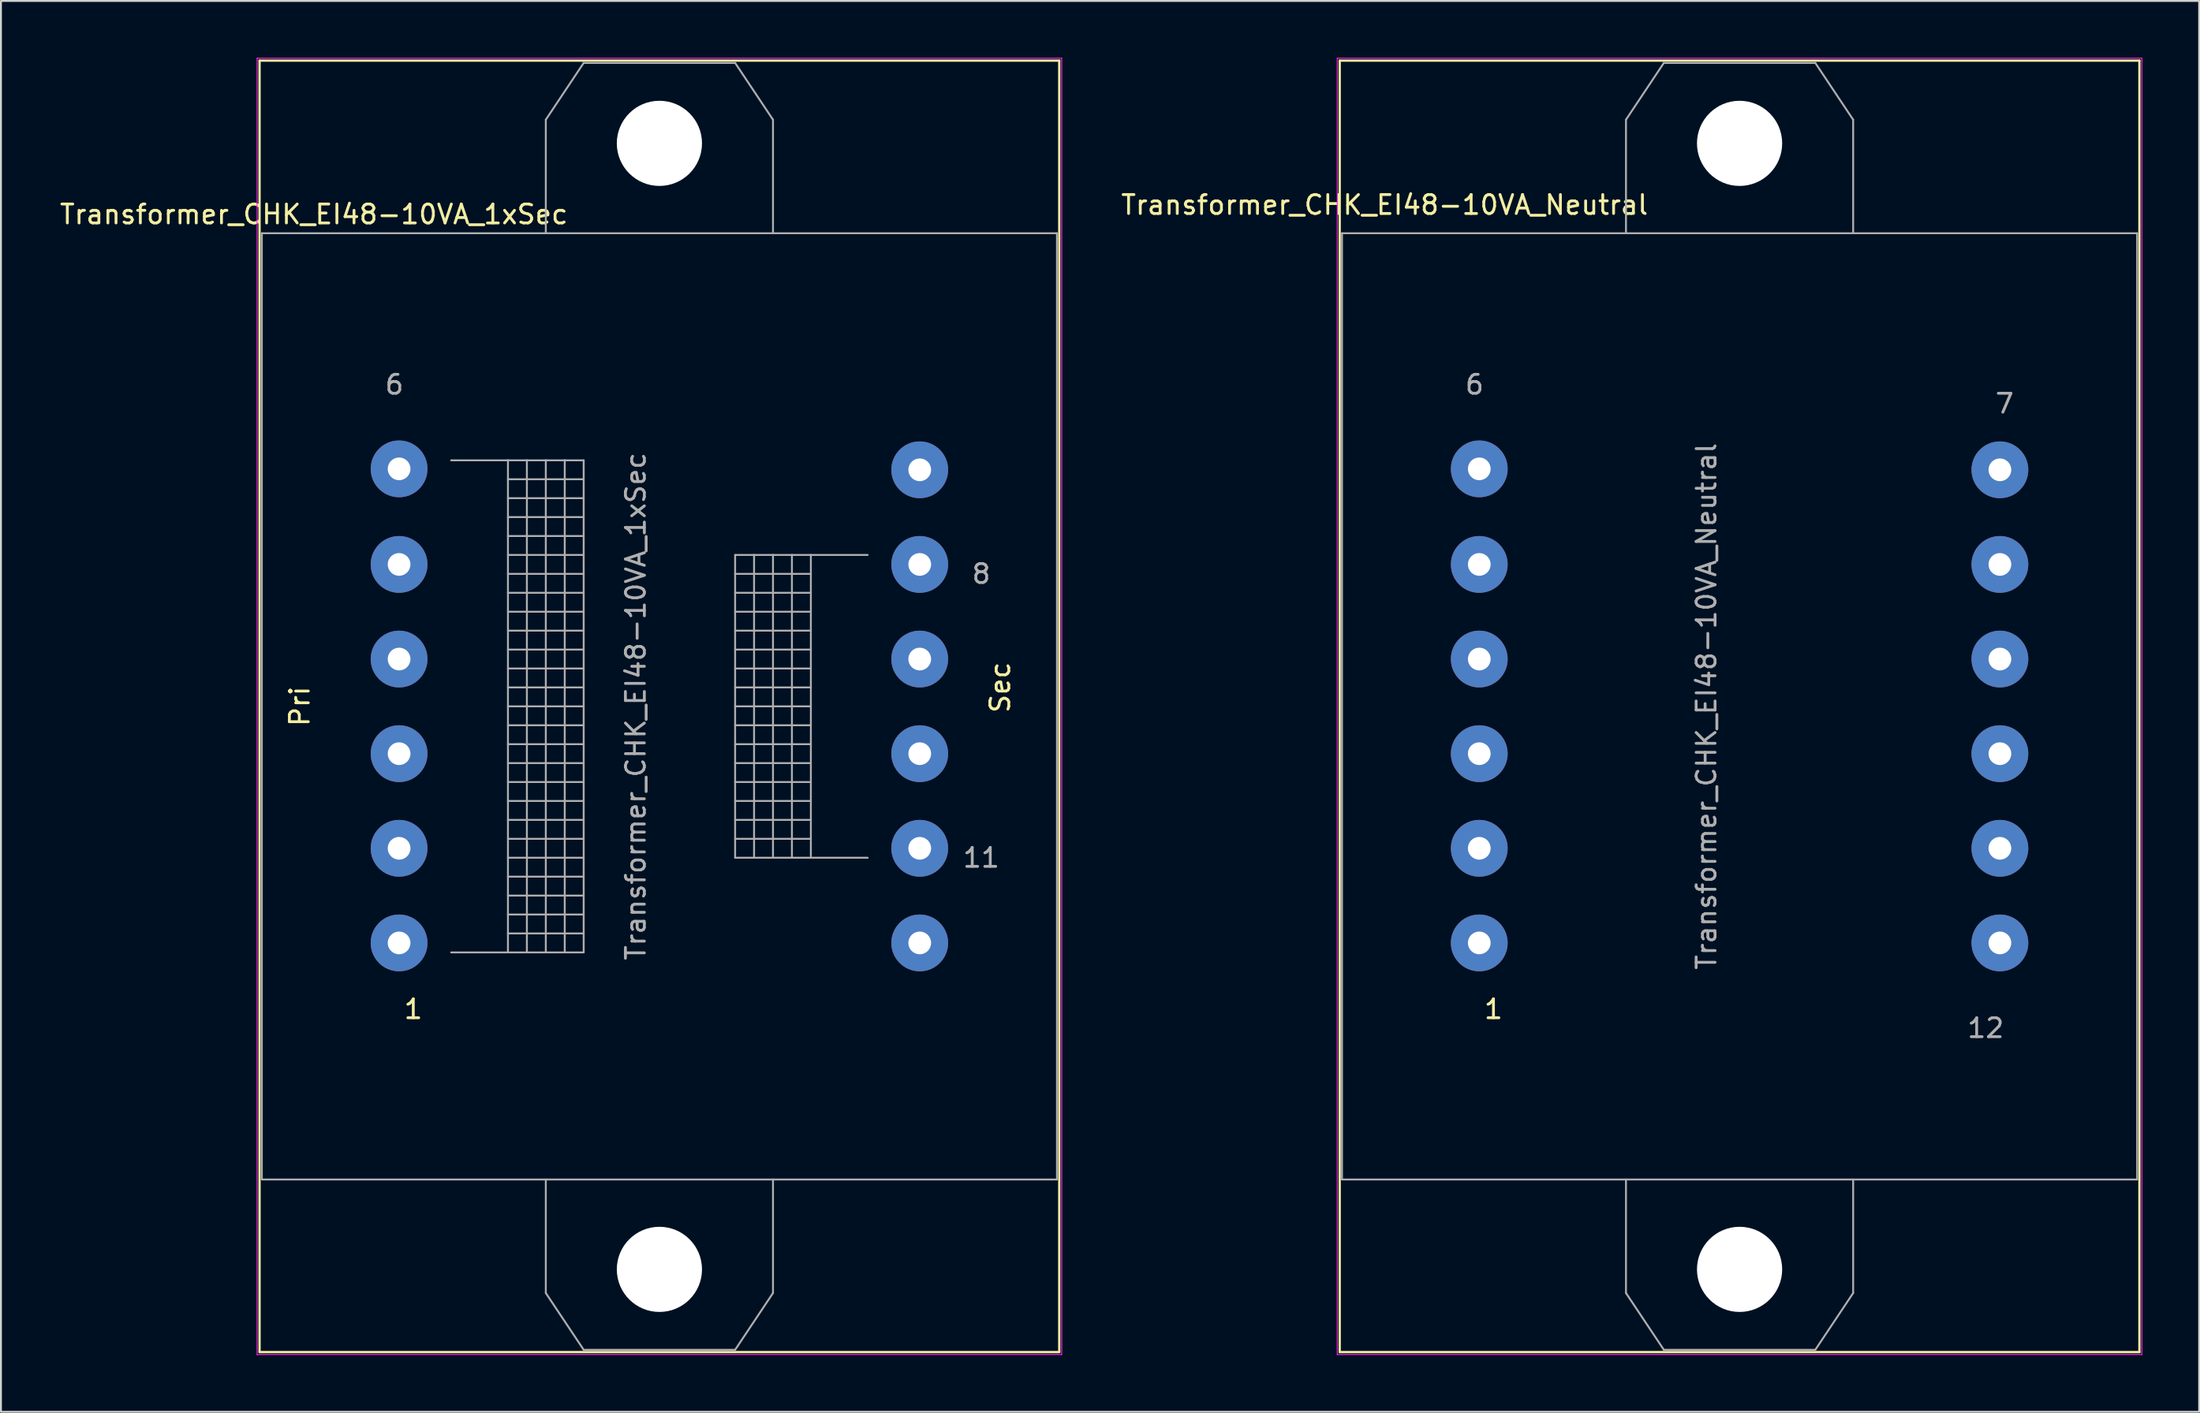
<source format=kicad_pcb>
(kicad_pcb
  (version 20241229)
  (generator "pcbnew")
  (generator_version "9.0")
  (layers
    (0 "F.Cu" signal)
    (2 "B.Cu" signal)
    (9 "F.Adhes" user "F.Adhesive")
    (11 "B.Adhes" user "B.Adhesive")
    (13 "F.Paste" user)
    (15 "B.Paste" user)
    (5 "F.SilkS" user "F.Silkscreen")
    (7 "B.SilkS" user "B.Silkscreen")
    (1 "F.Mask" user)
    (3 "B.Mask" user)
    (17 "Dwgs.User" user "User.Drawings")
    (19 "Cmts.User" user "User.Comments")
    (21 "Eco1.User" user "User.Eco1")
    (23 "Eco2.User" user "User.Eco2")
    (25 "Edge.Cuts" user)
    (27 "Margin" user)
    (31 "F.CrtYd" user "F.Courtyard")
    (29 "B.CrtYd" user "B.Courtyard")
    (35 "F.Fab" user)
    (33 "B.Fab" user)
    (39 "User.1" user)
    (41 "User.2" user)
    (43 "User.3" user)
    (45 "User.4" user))
  (footprint "Transformer_CHK_EI48-10VA_1xSec"
    (layer "F.Cu")
    (at 18.03 46.775)
    (property "Reference" "Transformer_CHK_EI48-10VA_1xSec" (at -4.5 -38.5 0) (layer "F.SilkS") (effects (font (size 1 1) (thickness 0.15))))
    (attr through_hole)
    (fp_line (start -7.37 -46.62) (end -7.37 21.62) (stroke (width 0.12) (type solid)) (layer "F.SilkS"))
    (fp_line (start -7.37 -46.62) (end 34.87 -46.62) (stroke (width 0.12) (type solid)) (layer "F.SilkS"))
    (fp_line (start 34.87 21.62) (end -7.37 21.62) (stroke (width 0.12) (type solid)) (layer "F.SilkS"))
    (fp_line (start 34.87 21.62) (end 34.87 -46.62) (stroke (width 0.12) (type solid)) (layer "F.SilkS"))
    (fp_line (start -7.5 -46.75) (end -7.5 21.75) (stroke (width 0.05) (type solid)) (layer "F.CrtYd"))
    (fp_line (start -7.5 -46.75) (end 35 -46.75) (stroke (width 0.05) (type solid)) (layer "F.CrtYd"))
    (fp_line (start 35 21.75) (end -7.5 21.75) (stroke (width 0.05) (type solid)) (layer "F.CrtYd"))
    (fp_line (start 35 21.75) (end 35 -46.75) (stroke (width 0.05) (type solid)) (layer "F.CrtYd"))
    (fp_line (start -7.25 -37.5) (end -7.25 12.5) (stroke (width 0.1) (type solid)) (layer "F.Fab"))
    (fp_line (start -7.25 12.5) (end 34.75 12.5) (stroke (width 0.1) (type solid)) (layer "F.Fab"))
    (fp_line (start 2.75 0.5) (end 5.75 0.5) (stroke (width 0.1) (type solid)) (layer "F.Fab"))
    (fp_line (start 5.75 -25.5) (end 2.75 -25.5) (stroke (width 0.1) (type solid)) (layer "F.Fab"))
    (fp_line (start 5.75 -25.5) (end 6.75 -25.5) (stroke (width 0.1) (type solid)) (layer "F.Fab"))
    (fp_line (start 5.75 -24.5) (end 9.75 -24.5) (stroke (width 0.1) (type solid)) (layer "F.Fab"))
    (fp_line (start 5.75 -23.5) (end 9.75 -23.5) (stroke (width 0.1) (type solid)) (layer "F.Fab"))
    (fp_line (start 5.75 -22.5) (end 9.75 -22.5) (stroke (width 0.1) (type solid)) (layer "F.Fab"))
    (fp_line (start 5.75 -21.5) (end 9.75 -21.5) (stroke (width 0.1) (type solid)) (layer "F.Fab"))
    (fp_line (start 5.75 -20.5) (end 9.75 -20.5) (stroke (width 0.1) (type solid)) (layer "F.Fab"))
    (fp_line (start 5.75 -19.5) (end 9.75 -19.5) (stroke (width 0.1) (type solid)) (layer "F.Fab"))
    (fp_line (start 5.75 -18.5) (end 9.75 -18.5) (stroke (width 0.1) (type solid)) (layer "F.Fab"))
    (fp_line (start 5.75 -17.5) (end 9.75 -17.5) (stroke (width 0.1) (type solid)) (layer "F.Fab"))
    (fp_line (start 5.75 -16.5) (end 9.75 -16.5) (stroke (width 0.1) (type solid)) (layer "F.Fab"))
    (fp_line (start 5.75 -15.5) (end 9.75 -15.5) (stroke (width 0.1) (type solid)) (layer "F.Fab"))
    (fp_line (start 5.75 -14.5) (end 9.75 -14.5) (stroke (width 0.1) (type solid)) (layer "F.Fab"))
    (fp_line (start 5.75 -13.5) (end 9.75 -13.5) (stroke (width 0.1) (type solid)) (layer "F.Fab"))
    (fp_line (start 5.75 -12.5) (end 9.75 -12.5) (stroke (width 0.1) (type solid)) (layer "F.Fab"))
    (fp_line (start 5.75 -11.5) (end 9.75 -11.5) (stroke (width 0.1) (type solid)) (layer "F.Fab"))
    (fp_line (start 5.75 -10.5) (end 9.75 -10.5) (stroke (width 0.1) (type solid)) (layer "F.Fab"))
    (fp_line (start 5.75 -9.5) (end 9.75 -9.5) (stroke (width 0.1) (type solid)) (layer "F.Fab"))
    (fp_line (start 5.75 -8.5) (end 9.75 -8.5) (stroke (width 0.1) (type solid)) (layer "F.Fab"))
    (fp_line (start 5.75 -7.5) (end 9.75 -7.5) (stroke (width 0.1) (type solid)) (layer "F.Fab"))
    (fp_line (start 5.75 -5.5) (end 9.75 -5.5) (stroke (width 0.1) (type solid)) (layer "F.Fab"))
    (fp_line (start 5.75 -4.5) (end 9.75 -4.5) (stroke (width 0.1) (type solid)) (layer "F.Fab"))
    (fp_line (start 5.75 -3.5) (end 9.75 -3.5) (stroke (width 0.1) (type solid)) (layer "F.Fab"))
    (fp_line (start 5.75 -2.5) (end 9.75 -2.5) (stroke (width 0.1) (type solid)) (layer "F.Fab"))
    (fp_line (start 5.75 -0.5) (end 9.75 -0.5) (stroke (width 0.1) (type solid)) (layer "F.Fab"))
    (fp_line (start 5.75 0.5) (end 5.75 -25.5) (stroke (width 0.1) (type solid)) (layer "F.Fab"))
    (fp_line (start 6.75 -25.5) (end 6.75 0.5) (stroke (width 0.1) (type solid)) (layer "F.Fab"))
    (fp_line (start 6.75 -25.5) (end 7.75 -25.5) (stroke (width 0.1) (type solid)) (layer "F.Fab"))
    (fp_line (start 6.75 -6.5) (end 5.75 -6.5) (stroke (width 0.1) (type solid)) (layer "F.Fab"))
    (fp_line (start 6.75 -6.5) (end 9.75 -6.5) (stroke (width 0.1) (type solid)) (layer "F.Fab"))
    (fp_line (start 6.75 -1.5) (end 5.75 -1.5) (stroke (width 0.1) (type solid)) (layer "F.Fab"))
    (fp_line (start 6.75 -1.5) (end 9.75 -1.5) (stroke (width 0.1) (type solid)) (layer "F.Fab"))
    (fp_line (start 6.75 0.5) (end 5.75 0.5) (stroke (width 0.1) (type solid)) (layer "F.Fab"))
    (fp_line (start 7.75 -43.5) (end 7.75 -37.5) (stroke (width 0.1) (type solid)) (layer "F.Fab"))
    (fp_line (start 7.75 -25.5) (end 7.75 0.5) (stroke (width 0.1) (type solid)) (layer "F.Fab"))
    (fp_line (start 7.75 -25.5) (end 8.75 -25.5) (stroke (width 0.1) (type solid)) (layer "F.Fab"))
    (fp_line (start 7.75 0.5) (end 6.75 0.5) (stroke (width 0.1) (type solid)) (layer "F.Fab"))
    (fp_line (start 7.75 18.5) (end 7.75 12.5) (stroke (width 0.1) (type solid)) (layer "F.Fab"))
    (fp_line (start 8.75 -25.5) (end 8.75 0.5) (stroke (width 0.1) (type solid)) (layer "F.Fab"))
    (fp_line (start 8.75 -25.5) (end 9.75 -25.5) (stroke (width 0.1) (type solid)) (layer "F.Fab"))
    (fp_line (start 8.75 0.5) (end 7.75 0.5) (stroke (width 0.1) (type solid)) (layer "F.Fab"))
    (fp_line (start 9.75 -46.5) (end 7.75 -43.5) (stroke (width 0.1) (type solid)) (layer "F.Fab"))
    (fp_line (start 9.75 -25.5) (end 9.75 0.5) (stroke (width 0.1) (type solid)) (layer "F.Fab"))
    (fp_line (start 9.75 0.5) (end 8.75 0.5) (stroke (width 0.1) (type solid)) (layer "F.Fab"))
    (fp_line (start 9.75 21.5) (end 7.75 18.5) (stroke (width 0.1) (type solid)) (layer "F.Fab"))
    (fp_line (start 17.75 -46.5) (end 9.75 -46.5) (stroke (width 0.1) (type solid)) (layer "F.Fab"))
    (fp_line (start 17.75 -20.5) (end 17.75 -4.5) (stroke (width 0.1) (type solid)) (layer "F.Fab"))
    (fp_line (start 17.75 -19.5) (end 21.75 -19.5) (stroke (width 0.1) (type solid)) (layer "F.Fab"))
    (fp_line (start 17.75 -18.5) (end 21.75 -18.5) (stroke (width 0.1) (type solid)) (layer "F.Fab"))
    (fp_line (start 17.75 -17.5) (end 21.75 -17.5) (stroke (width 0.1) (type solid)) (layer "F.Fab"))
    (fp_line (start 17.75 -16.5) (end 21.75 -16.5) (stroke (width 0.1) (type solid)) (layer "F.Fab"))
    (fp_line (start 17.75 -15.5) (end 21.75 -15.5) (stroke (width 0.1) (type solid)) (layer "F.Fab"))
    (fp_line (start 17.75 -13.5) (end 21.75 -13.5) (stroke (width 0.1) (type solid)) (layer "F.Fab"))
    (fp_line (start 17.75 -12.5) (end 21.75 -12.5) (stroke (width 0.1) (type solid)) (layer "F.Fab"))
    (fp_line (start 17.75 -11.5) (end 21.75 -11.5) (stroke (width 0.1) (type solid)) (layer "F.Fab"))
    (fp_line (start 17.75 -10.5) (end 21.75 -10.5) (stroke (width 0.1) (type solid)) (layer "F.Fab"))
    (fp_line (start 17.75 -9.5) (end 21.75 -9.5) (stroke (width 0.1) (type solid)) (layer "F.Fab"))
    (fp_line (start 17.75 -8.5) (end 21.75 -8.5) (stroke (width 0.1) (type solid)) (layer "F.Fab"))
    (fp_line (start 17.75 -7.5) (end 21.75 -7.5) (stroke (width 0.1) (type solid)) (layer "F.Fab"))
    (fp_line (start 17.75 -6.5) (end 21.75 -6.5) (stroke (width 0.1) (type solid)) (layer "F.Fab"))
    (fp_line (start 17.75 -5.5) (end 21.75 -5.5) (stroke (width 0.1) (type solid)) (layer "F.Fab"))
    (fp_line (start 17.75 -4.5) (end 18.75 -4.5) (stroke (width 0.1) (type solid)) (layer "F.Fab"))
    (fp_line (start 17.75 21.5) (end 9.75 21.5) (stroke (width 0.1) (type solid)) (layer "F.Fab"))
    (fp_line (start 18.75 -20.5) (end 17.75 -20.5) (stroke (width 0.1) (type solid)) (layer "F.Fab"))
    (fp_line (start 18.75 -20.5) (end 18.75 -4.5) (stroke (width 0.1) (type solid)) (layer "F.Fab"))
    (fp_line (start 18.75 -14.5) (end 17.75 -14.5) (stroke (width 0.1) (type solid)) (layer "F.Fab"))
    (fp_line (start 18.75 -14.5) (end 21.75 -14.5) (stroke (width 0.1) (type solid)) (layer "F.Fab"))
    (fp_line (start 18.75 -4.5) (end 19.75 -4.5) (stroke (width 0.1) (type solid)) (layer "F.Fab"))
    (fp_line (start 19.75 -43.5) (end 17.75 -46.5) (stroke (width 0.1) (type solid)) (layer "F.Fab"))
    (fp_line (start 19.75 -37.5) (end 19.75 -43.5) (stroke (width 0.1) (type solid)) (layer "F.Fab"))
    (fp_line (start 19.75 -20.5) (end 18.75 -20.5) (stroke (width 0.1) (type solid)) (layer "F.Fab"))
    (fp_line (start 19.75 -20.5) (end 19.75 -4.5) (stroke (width 0.1) (type solid)) (layer "F.Fab"))
    (fp_line (start 19.75 12.5) (end 19.75 18.5) (stroke (width 0.1) (type solid)) (layer "F.Fab"))
    (fp_line (start 19.75 18.5) (end 17.75 21.5) (stroke (width 0.1) (type solid)) (layer "F.Fab"))
    (fp_line (start 20.75 -20.5) (end 19.75 -20.5) (stroke (width 0.1) (type solid)) (layer "F.Fab"))
    (fp_line (start 20.75 -20.5) (end 20.75 -4.5) (stroke (width 0.1) (type solid)) (layer "F.Fab"))
    (fp_line (start 20.75 -4.5) (end 19.75 -4.5) (stroke (width 0.1) (type solid)) (layer "F.Fab"))
    (fp_line (start 20.75 -4.5) (end 21.75 -4.5) (stroke (width 0.1) (type solid)) (layer "F.Fab"))
    (fp_line (start 21.75 -20.5) (end 20.75 -20.5) (stroke (width 0.1) (type solid)) (layer "F.Fab"))
    (fp_line (start 21.75 -20.5) (end 21.75 -4.5) (stroke (width 0.1) (type solid)) (layer "F.Fab"))
    (fp_line (start 21.75 -4.5) (end 24.75 -4.5) (stroke (width 0.1) (type solid)) (layer "F.Fab"))
    (fp_line (start 24.75 -20.5) (end 21.75 -20.5) (stroke (width 0.1) (type solid)) (layer "F.Fab"))
    (fp_line (start 34.75 -37.5) (end -7.25 -37.5) (stroke (width 0.1) (type solid)) (layer "F.Fab"))
    (fp_line (start 34.75 12.5) (end 34.75 -37.5) (stroke (width 0.1) (type solid)) (layer "F.Fab"))
    (fp_text user "1" (at 0.75 3.5 0) (layer "F.SilkS") (effects (font (size 1 1) (thickness 0.15))))
    (fp_text user "Sec" (at 31.75 -13.5 90) (layer "F.SilkS") (effects (font (size 1 1) (thickness 0.15))))
    (fp_text user "Pri" (at -5.25 -12.5 90) (layer "F.SilkS") (effects (font (size 1 1) (thickness 0.15))))
    (fp_text user "8" (at 30.75 -19.5 0) (layer "F.Fab") (effects (font (size 1 1) (thickness 0.15))))
    (fp_text user "11" (at 30.75 -4.5 0) (layer "F.Fab") (effects (font (size 1 1) (thickness 0.15))))
    (fp_text user "${REFERENCE}" (at 12.5 -12.5 90) (layer "F.Fab") (effects (font (size 1 1) (thickness 0.15))))
    (fp_text user "6" (at -0.25 -29.5 0) (layer "F.Fab") (effects (font (size 1 1) (thickness 0.15))))
    (pad "" np_thru_hole circle (at 13.75 -42.25) (size 4.5 4.5) (drill 4.5) (layers "*.Cu" "*.Mask"))
    (pad "" np_thru_hole circle (at 13.75 17.25) (size 4.5 4.5) (drill 4.5) (layers "*.Cu" "*.Mask"))
    (pad "1" thru_hole circle (at 0 0) (size 3 3) (drill 1.2) (layers "*.Cu" "*.Mask"))
    (pad "2" thru_hole circle (at 0 -5) (size 3 3) (drill 1.2) (layers "*.Cu" "*.Mask"))
    (pad "3" thru_hole circle (at 0 -10) (size 3 3) (drill 1.2) (layers "*.Cu" "*.Mask"))
    (pad "4" thru_hole circle (at 0 -15) (size 3 3) (drill 1.2) (layers "*.Cu" "*.Mask"))
    (pad "5" thru_hole circle (at 0 -20) (size 3 3) (drill 1.2) (layers "*.Cu" "*.Mask"))
    (pad "6" thru_hole circle (at 0 -25.05) (size 3 3) (drill 1.2) (layers "*.Cu" "*.Mask"))
    (pad "7" thru_hole circle (at 27.5 -25) (size 3 3) (drill 1.2) (layers "*.Cu" "*.Mask"))
    (pad "8" thru_hole circle (at 27.5 -20) (size 3 3) (drill 1.2) (layers "*.Cu" "*.Mask"))
    (pad "9" thru_hole circle (at 27.5 -15) (size 3 3) (drill 1.2) (layers "*.Cu" "*.Mask"))
    (pad "10" thru_hole circle (at 27.5 -10) (size 3 3) (drill 1.2) (layers "*.Cu" "*.Mask"))
    (pad "11" thru_hole circle (at 27.5 -5) (size 3 3) (drill 1.2) (layers "*.Cu" "*.Mask"))
    (pad "12" thru_hole circle (at 27.5 0) (size 3 3) (drill 1.2) (layers "*.Cu" "*.Mask")))
  (footprint "Transformer_CHK_EI48-10VA_Neutral"
    (layer "F.Cu")
    (at 75.085 46.775)
    (property "Reference" "Transformer_CHK_EI48-10VA_Neutral" (at -5 -39 0) (layer "F.SilkS") (effects (font (size 1 1) (thickness 0.15))))
    (attr through_hole)
    (fp_line (start -7.37 -46.62) (end -7.37 21.62) (stroke (width 0.12) (type solid)) (layer "F.SilkS"))
    (fp_line (start -7.37 -46.62) (end 34.87 -46.62) (stroke (width 0.12) (type solid)) (layer "F.SilkS"))
    (fp_line (start 34.87 21.62) (end -7.37 21.62) (stroke (width 0.12) (type solid)) (layer "F.SilkS"))
    (fp_line (start 34.87 21.62) (end 34.87 -46.62) (stroke (width 0.12) (type solid)) (layer "F.SilkS"))
    (fp_line (start -7.5 -46.75) (end -7.5 21.75) (stroke (width 0.05) (type solid)) (layer "F.CrtYd"))
    (fp_line (start -7.5 -46.75) (end 35 -46.75) (stroke (width 0.05) (type solid)) (layer "F.CrtYd"))
    (fp_line (start 35 21.75) (end -7.5 21.75) (stroke (width 0.05) (type solid)) (layer "F.CrtYd"))
    (fp_line (start 35 21.75) (end 35 -46.75) (stroke (width 0.05) (type solid)) (layer "F.CrtYd"))
    (fp_line (start -7.25 -37.5) (end -7.25 12.5) (stroke (width 0.1) (type solid)) (layer "F.Fab"))
    (fp_line (start -7.25 12.5) (end 34.75 12.5) (stroke (width 0.1) (type solid)) (layer "F.Fab"))
    (fp_line (start 7.75 -43.5) (end 7.75 -37.5) (stroke (width 0.1) (type solid)) (layer "F.Fab"))
    (fp_line (start 7.75 18.5) (end 7.75 12.5) (stroke (width 0.1) (type solid)) (layer "F.Fab"))
    (fp_line (start 9.75 -46.5) (end 7.75 -43.5) (stroke (width 0.1) (type solid)) (layer "F.Fab"))
    (fp_line (start 9.75 21.5) (end 7.75 18.5) (stroke (width 0.1) (type solid)) (layer "F.Fab"))
    (fp_line (start 17.75 -46.5) (end 9.75 -46.5) (stroke (width 0.1) (type solid)) (layer "F.Fab"))
    (fp_line (start 17.75 21.5) (end 9.75 21.5) (stroke (width 0.1) (type solid)) (layer "F.Fab"))
    (fp_line (start 19.75 -43.5) (end 17.75 -46.5) (stroke (width 0.1) (type solid)) (layer "F.Fab"))
    (fp_line (start 19.75 -37.5) (end 19.75 -43.5) (stroke (width 0.1) (type solid)) (layer "F.Fab"))
    (fp_line (start 19.75 12.5) (end 19.75 18.5) (stroke (width 0.1) (type solid)) (layer "F.Fab"))
    (fp_line (start 19.75 18.5) (end 17.75 21.5) (stroke (width 0.1) (type solid)) (layer "F.Fab"))
    (fp_line (start 34.75 -37.5) (end -7.25 -37.5) (stroke (width 0.1) (type solid)) (layer "F.Fab"))
    (fp_line (start 34.75 12.5) (end 34.75 -37.5) (stroke (width 0.1) (type solid)) (layer "F.Fab"))
    (fp_text user "1" (at 0.75 3.5 0) (layer "F.SilkS") (effects (font (size 1 1) (thickness 0.15))))
    (fp_text user "${REFERENCE}" (at 12 -12.5 90) (layer "F.Fab") (effects (font (size 1 1) (thickness 0.15))))
    (fp_text user "7" (at 27.75 -28.5 0) (layer "F.Fab") (effects (font (size 1 1) (thickness 0.15))))
    (fp_text user "6" (at -0.25 -29.5 0) (layer "F.Fab") (effects (font (size 1 1) (thickness 0.15))))
    (fp_text user "12" (at 26.75 4.5 0) (layer "F.Fab") (effects (font (size 1 1) (thickness 0.15))))
    (pad "" np_thru_hole circle (at 13.75 -42.25) (size 4.5 4.5) (drill 4.5) (layers "*.Cu" "*.Mask"))
    (pad "" np_thru_hole circle (at 13.75 17.25) (size 4.5 4.5) (drill 4.5) (layers "*.Cu" "*.Mask"))
    (pad "1" thru_hole circle (at 0 0) (size 3 3) (drill 1.2) (layers "*.Cu" "*.Mask"))
    (pad "2" thru_hole circle (at 0 -5) (size 3 3) (drill 1.2) (layers "*.Cu" "*.Mask"))
    (pad "3" thru_hole circle (at 0 -10) (size 3 3) (drill 1.2) (layers "*.Cu" "*.Mask"))
    (pad "4" thru_hole circle (at 0 -15) (size 3 3) (drill 1.2) (layers "*.Cu" "*.Mask"))
    (pad "5" thru_hole circle (at 0 -20) (size 3 3) (drill 1.2) (layers "*.Cu" "*.Mask"))
    (pad "6" thru_hole circle (at 0 -25.05) (size 3 3) (drill 1.2) (layers "*.Cu" "*.Mask"))
    (pad "7" thru_hole circle (at 27.5 -25) (size 3 3) (drill 1.2) (layers "*.Cu" "*.Mask"))
    (pad "8" thru_hole circle (at 27.5 -20) (size 3 3) (drill 1.2) (layers "*.Cu" "*.Mask"))
    (pad "9" thru_hole circle (at 27.5 -15) (size 3 3) (drill 1.2) (layers "*.Cu" "*.Mask"))
    (pad "10" thru_hole circle (at 27.5 -10) (size 3 3) (drill 1.2) (layers "*.Cu" "*.Mask"))
    (pad "11" thru_hole circle (at 27.5 -5) (size 3 3) (drill 1.2) (layers "*.Cu" "*.Mask"))
    (pad "12" thru_hole circle (at 27.5 0) (size 3 3) (drill 1.2) (layers "*.Cu" "*.Mask")))
  (gr_rect
    (start -3 -3)
    (end 113.11 71.55)
    (stroke (width 0.1) (type default))
    (fill no)
    (layer "Edge.Cuts")))
</source>
